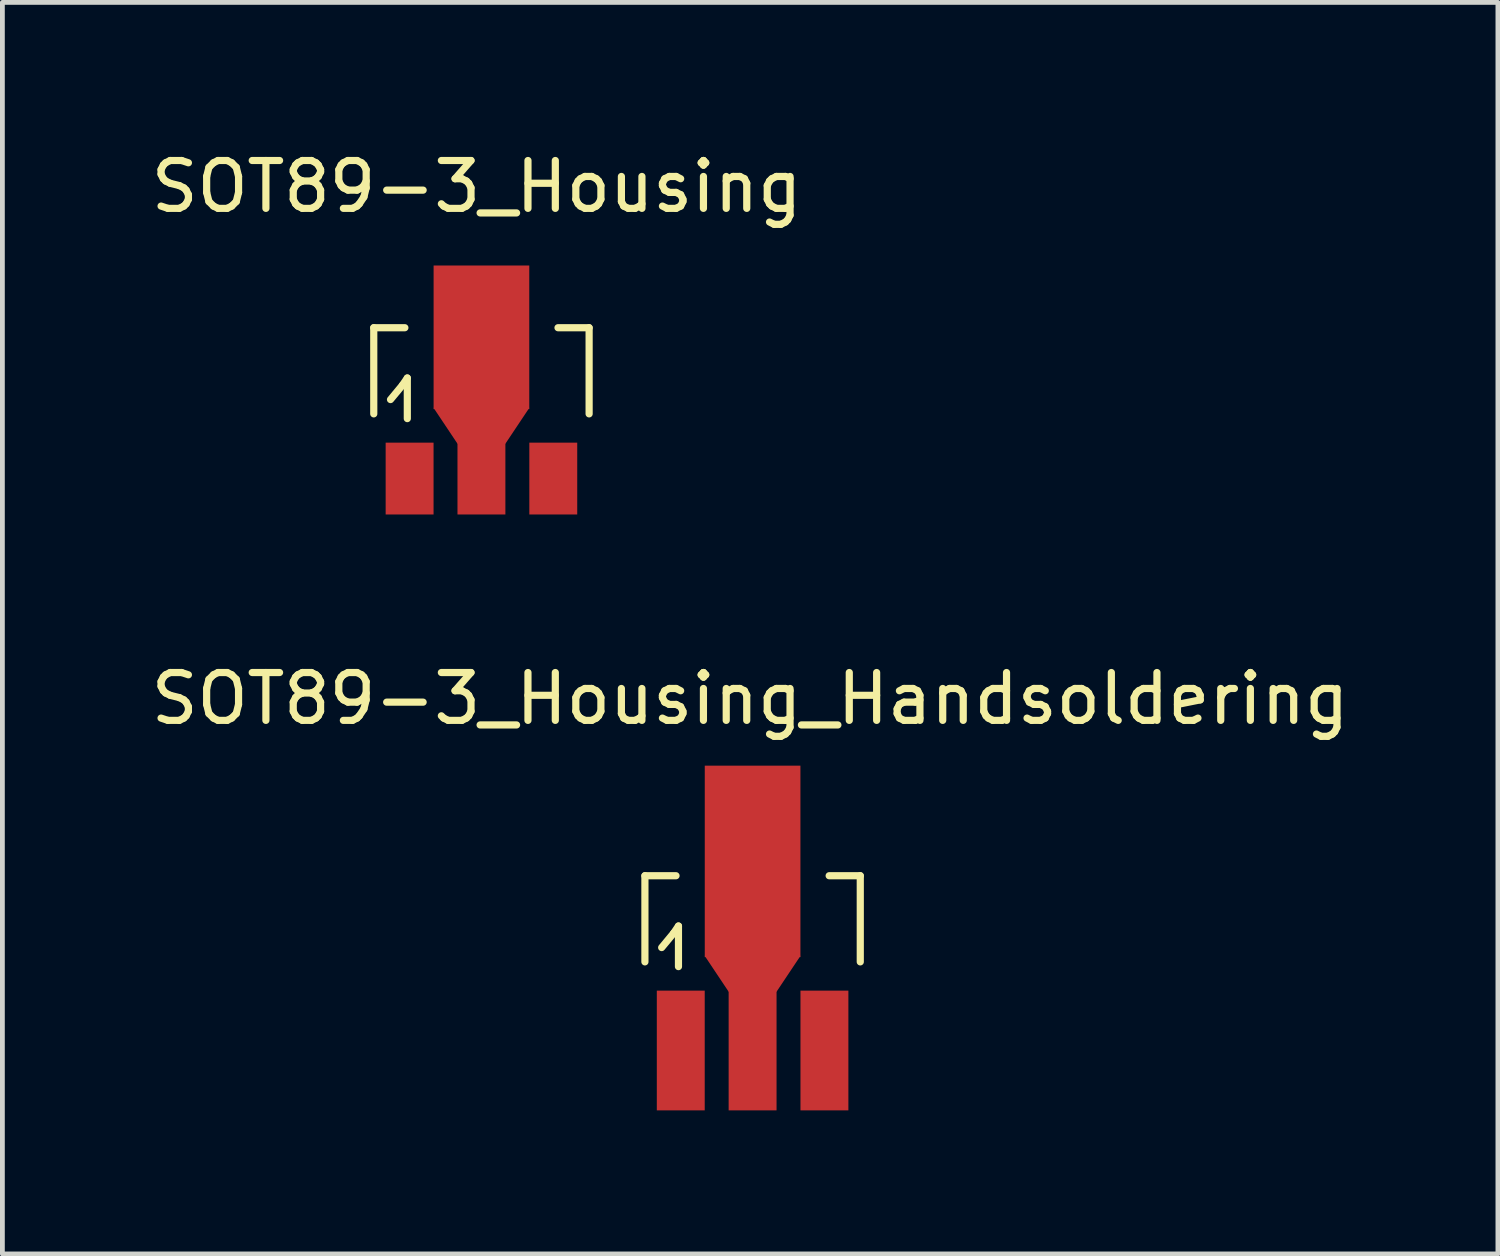
<source format=kicad_pcb>
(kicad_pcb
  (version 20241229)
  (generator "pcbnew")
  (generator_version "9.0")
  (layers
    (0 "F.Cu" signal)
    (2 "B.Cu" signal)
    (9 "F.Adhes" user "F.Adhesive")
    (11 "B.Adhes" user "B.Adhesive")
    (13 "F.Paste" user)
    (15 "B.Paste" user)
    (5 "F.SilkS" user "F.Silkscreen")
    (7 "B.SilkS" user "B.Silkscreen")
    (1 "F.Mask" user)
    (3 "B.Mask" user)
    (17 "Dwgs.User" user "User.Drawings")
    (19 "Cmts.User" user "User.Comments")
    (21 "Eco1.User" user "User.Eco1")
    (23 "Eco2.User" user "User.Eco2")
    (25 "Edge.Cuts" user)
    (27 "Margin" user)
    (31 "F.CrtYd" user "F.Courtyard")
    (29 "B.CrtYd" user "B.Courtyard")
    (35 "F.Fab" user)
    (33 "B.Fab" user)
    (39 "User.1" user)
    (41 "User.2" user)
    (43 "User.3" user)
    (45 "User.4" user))
  (footprint "SOT89-3_Housing_Handsoldering"
    (layer "F.Cu")
    (at 12.676 16.549)
    (property "Reference" "SOT89-3_Housing_Handsoldering" (at -0.051 -5.001 0) (layer "F.SilkS") (effects (font (size 1 1) (thickness 0.15))))
    (attr smd)
    (fp_line (start -2.25 -1.3) (end -2.25 0.5) (stroke (width 0.15) (type solid)) (layer "F.SilkS"))
    (fp_line (start -2.25 -1.3) (end -1.6 -1.3) (stroke (width 0.15) (type solid)) (layer "F.SilkS"))
    (fp_line (start -1.9 0.201) (end -1.651 -0.099) (stroke (width 0.15) (type solid)) (layer "F.SilkS"))
    (fp_line (start -1.651 -0.099) (end -1.549 -0.249) (stroke (width 0.15) (type solid)) (layer "F.SilkS"))
    (fp_line (start -1.549 -0.249) (end -1.549 0.599) (stroke (width 0.15) (type solid)) (layer "F.SilkS"))
    (fp_line (start 2.25 -1.3) (end 1.6 -1.3) (stroke (width 0.15) (type solid)) (layer "F.SilkS"))
    (fp_line (start 2.25 -1.3) (end 2.25 0.5) (stroke (width 0.15) (type solid)) (layer "F.SilkS"))
    (pad "1" smd rect (at -1.501 2.352) (size 1.001 2.502) (layers "F.Cu" "F.Mask" "F.Paste"))
    (pad "2" smd rect (at 0 -1.6) (size 1.999 4) (layers "F.Cu" "F.Mask" "F.Paste"))
    (pad "2" smd trapezoid (at 0 0.749 180) (size 1.501 0.749) (rect_delta 0 0.5) (layers "F.Cu" "F.Mask" "F.Paste"))
    (pad "2" smd rect (at 0 2.352) (size 1.001 2.502) (layers "F.Cu" "F.Mask" "F.Paste"))
    (pad "3" smd rect (at 1.501 2.352) (size 1.001 2.502) (layers "F.Cu" "F.Mask" "F.Paste")))
  (footprint "SOT89-3_Housing"
    (layer "F.Cu")
    (at 7.01 5.098)
    (property "Reference" "SOT89-3_Housing" (at -0.099 -4.249 0) (layer "F.SilkS") (effects (font (size 1 1) (thickness 0.15))))
    (attr smd)
    (fp_line (start -2.25 -1.3) (end -2.25 0.5) (stroke (width 0.15) (type solid)) (layer "F.SilkS"))
    (fp_line (start -2.25 -1.3) (end -1.6 -1.3) (stroke (width 0.15) (type solid)) (layer "F.SilkS"))
    (fp_line (start -1.9 0.201) (end -1.651 -0.099) (stroke (width 0.15) (type solid)) (layer "F.SilkS"))
    (fp_line (start -1.651 -0.099) (end -1.549 -0.249) (stroke (width 0.15) (type solid)) (layer "F.SilkS"))
    (fp_line (start -1.549 -0.249) (end -1.549 0.599) (stroke (width 0.15) (type solid)) (layer "F.SilkS"))
    (fp_line (start 2.25 -1.3) (end 1.6 -1.3) (stroke (width 0.15) (type solid)) (layer "F.SilkS"))
    (fp_line (start 2.25 -1.3) (end 2.25 0.5) (stroke (width 0.15) (type solid)) (layer "F.SilkS"))
    (pad "1" smd rect (at -1.501 1.852) (size 1.001 1.501) (layers "F.Cu" "F.Mask" "F.Paste"))
    (pad "2" smd rect (at 0 -1.1) (size 1.999 3) (layers "F.Cu" "F.Mask" "F.Paste"))
    (pad "2" smd trapezoid (at 0 0.749 180) (size 1.501 0.749) (rect_delta 0 0.5) (layers "F.Cu" "F.Mask" "F.Paste"))
    (pad "2" smd rect (at 0 1.852) (size 1.001 1.501) (layers "F.Cu" "F.Mask" "F.Paste"))
    (pad "3" smd rect (at 1.501 1.852) (size 1.001 1.501) (layers "F.Cu" "F.Mask" "F.Paste")))
  (gr_rect
    (start -3 -3)
    (end 28.25 23.152)
    (stroke (width 0.1) (type default))
    (fill no)
    (layer "Edge.Cuts")))
</source>
